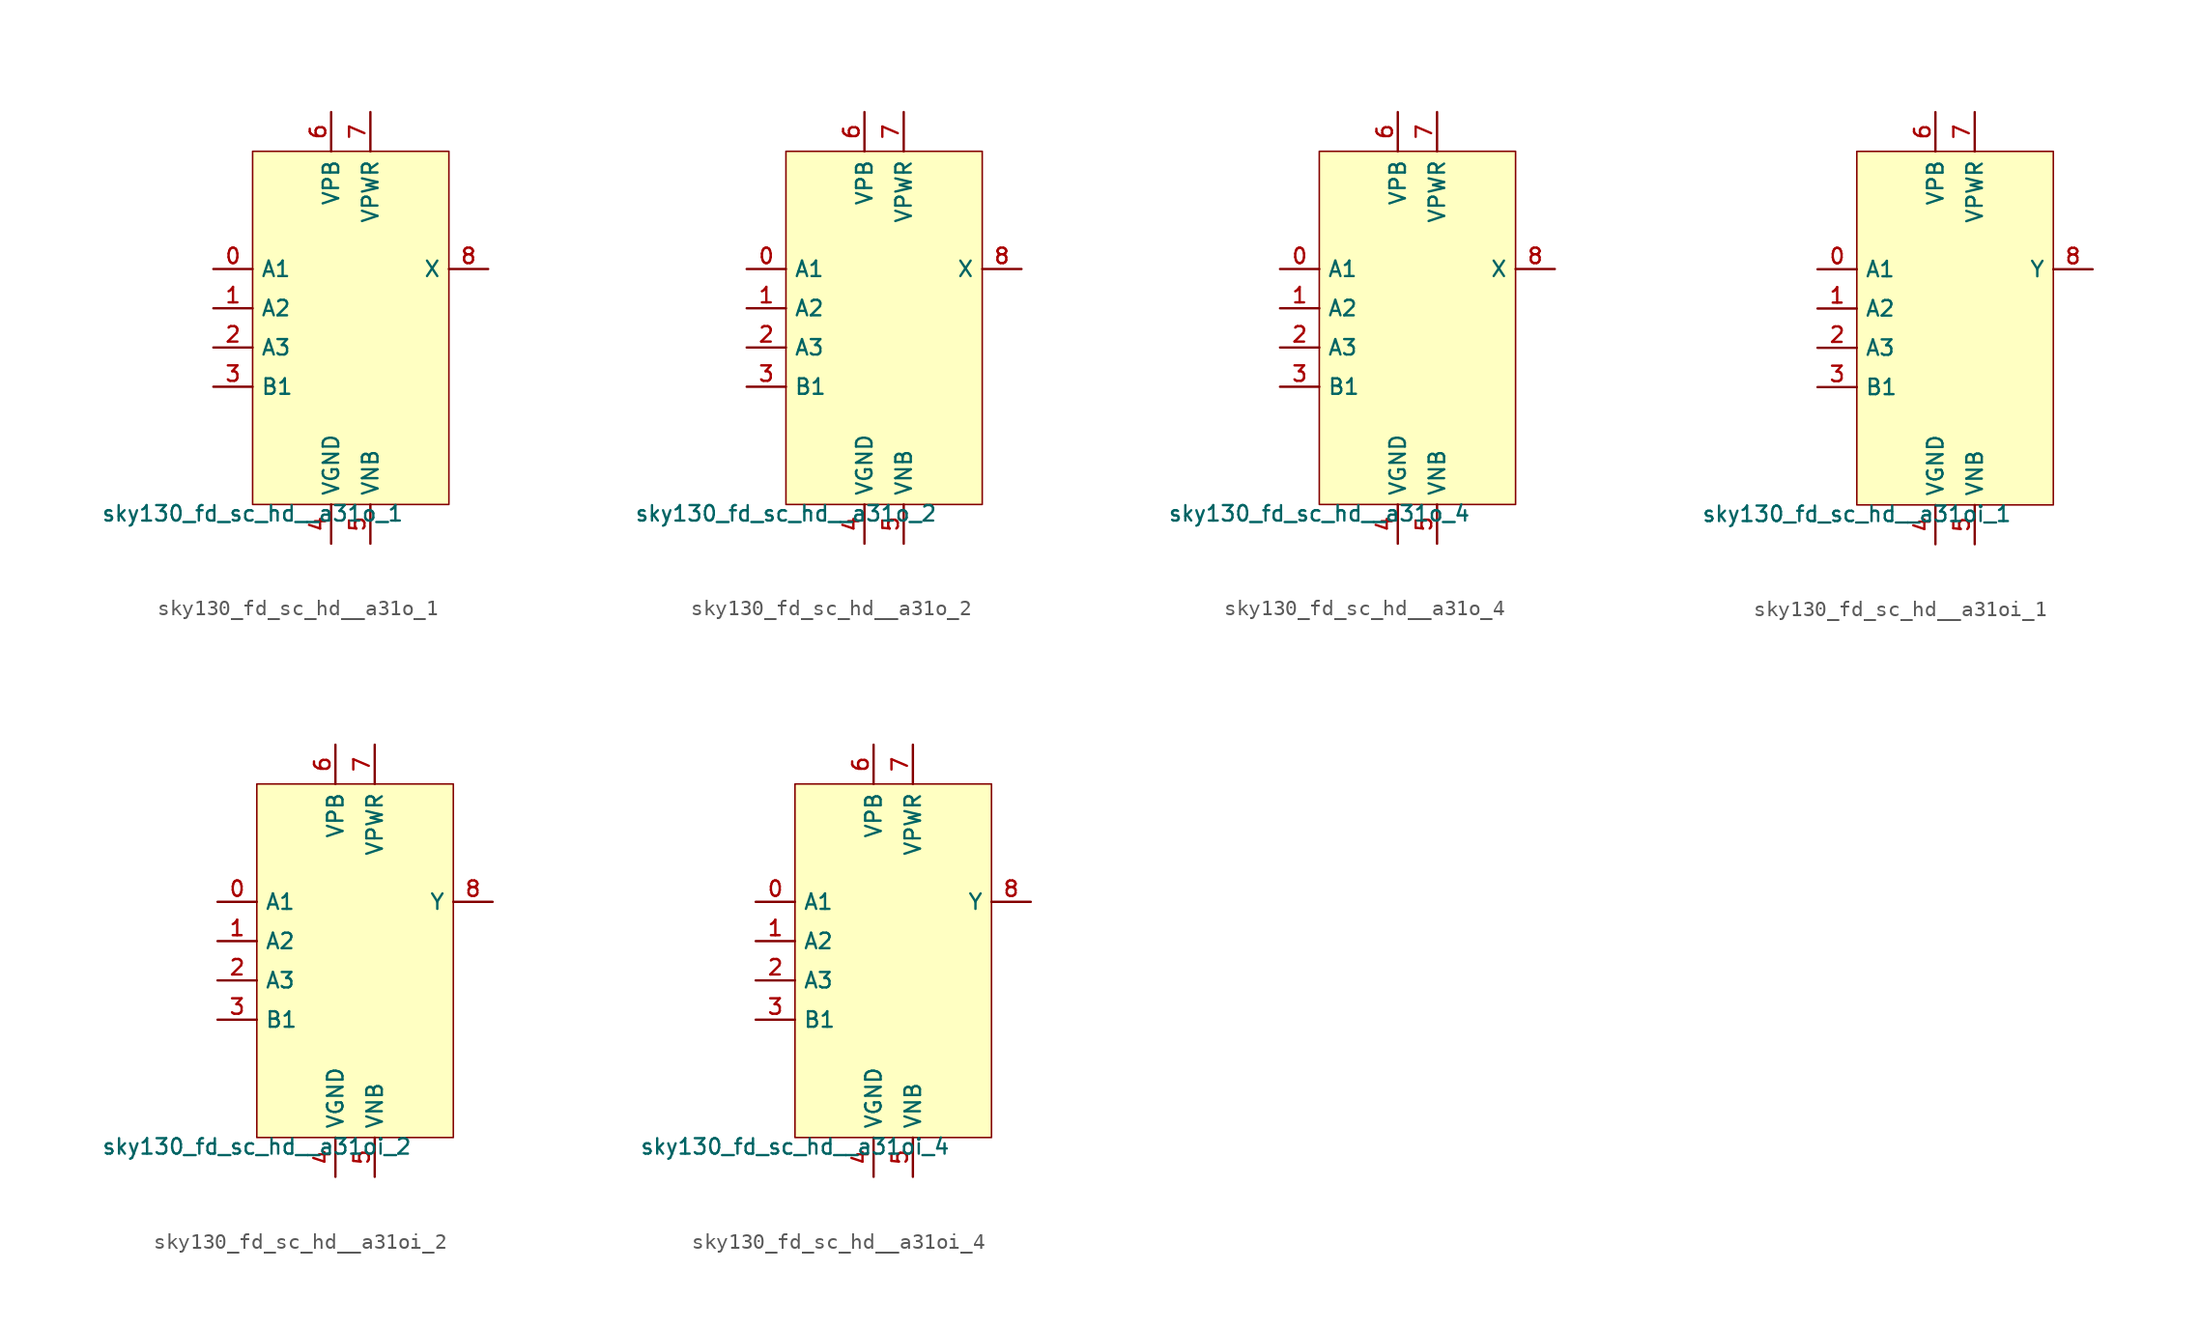
<source format=kicad_sym>
(kicad_symbol_lib
  (version 20211014)
  (generator lef2kicad_sym)
  (symbol "sky130_fd_sc_hd__a31o_1"
    (property "Reference" "X"
      (at 0 0 0)
      (effects (font (size 1 1)) hide))
    (property "Value" "sky130_fd_sc_hd__a31o_1"
      (at -6.35 -11.43 0)
      (effects (font (size 1 1)) (justify top)))
    (rectangle
      (start -6.35 -11.43)
      (end 6.35 11.43)
      (stroke (width 0.1) (type solid) (color 0 0 0 0))
      (fill (type background)))
    (pin input line
      (at -8.89 3.81 0)
      (length 2.54)
      (name "A1" (effects (font (size 1 1)) hide))
      (number "0" (effects (font (size 1 1)) hide)))
    (pin input line
      (at -8.89 1.27 0)
      (length 2.54)
      (name "A2" (effects (font (size 1 1)) hide))
      (number "1" (effects (font (size 1 1)) hide)))
    (pin input line
      (at -8.89 -1.27 0)
      (length 2.54)
      (name "A3" (effects (font (size 1 1)) hide))
      (number "2" (effects (font (size 1 1)) hide)))
    (pin input line
      (at -8.89 -3.81 0)
      (length 2.54)
      (name "B1" (effects (font (size 1 1)) hide))
      (number "3" (effects (font (size 1 1)) hide)))
    (pin power_in line
      (at -1.27 -13.97 90)
      (length 2.54)
      (name "VGND" (effects (font (size 1 1)) hide))
      (number "4" (effects (font (size 1 1)) hide)))
    (pin power_in line
      (at 1.27 -13.97 90)
      (length 2.54)
      (name "VNB" (effects (font (size 1 1)) hide))
      (number "5" (effects (font (size 1 1)) hide)))
    (pin power_in line
      (at -1.27 13.97 270)
      (length 2.54)
      (name "VPB" (effects (font (size 1 1)) hide))
      (number "6" (effects (font (size 1 1)) hide)))
    (pin power_in line
      (at 1.27 13.97 270)
      (length 2.54)
      (name "VPWR" (effects (font (size 1 1)) hide))
      (number "7" (effects (font (size 1 1)) hide)))
    (pin output line
      (at 8.89 3.81 180)
      (length 2.54)
      (name "X" (effects (font (size 1 1)) hide))
      (number "8" (effects (font (size 1 1)) hide))))
  (symbol "sky130_fd_sc_hd__a31o_2"
    (property "Reference" "X"
      (at 0 0 0)
      (effects (font (size 1 1)) hide))
    (property "Value" "sky130_fd_sc_hd__a31o_2"
      (at -6.35 -11.43 0)
      (effects (font (size 1 1)) (justify top)))
    (rectangle
      (start -6.35 -11.43)
      (end 6.35 11.43)
      (stroke (width 0.1) (type solid) (color 0 0 0 0))
      (fill (type background)))
    (pin input line
      (at -8.89 3.81 0)
      (length 2.54)
      (name "A1" (effects (font (size 1 1)) hide))
      (number "0" (effects (font (size 1 1)) hide)))
    (pin input line
      (at -8.89 1.27 0)
      (length 2.54)
      (name "A2" (effects (font (size 1 1)) hide))
      (number "1" (effects (font (size 1 1)) hide)))
    (pin input line
      (at -8.89 -1.27 0)
      (length 2.54)
      (name "A3" (effects (font (size 1 1)) hide))
      (number "2" (effects (font (size 1 1)) hide)))
    (pin input line
      (at -8.89 -3.81 0)
      (length 2.54)
      (name "B1" (effects (font (size 1 1)) hide))
      (number "3" (effects (font (size 1 1)) hide)))
    (pin power_in line
      (at -1.27 -13.97 90)
      (length 2.54)
      (name "VGND" (effects (font (size 1 1)) hide))
      (number "4" (effects (font (size 1 1)) hide)))
    (pin power_in line
      (at 1.27 -13.97 90)
      (length 2.54)
      (name "VNB" (effects (font (size 1 1)) hide))
      (number "5" (effects (font (size 1 1)) hide)))
    (pin power_in line
      (at -1.27 13.97 270)
      (length 2.54)
      (name "VPB" (effects (font (size 1 1)) hide))
      (number "6" (effects (font (size 1 1)) hide)))
    (pin power_in line
      (at 1.27 13.97 270)
      (length 2.54)
      (name "VPWR" (effects (font (size 1 1)) hide))
      (number "7" (effects (font (size 1 1)) hide)))
    (pin output line
      (at 8.89 3.81 180)
      (length 2.54)
      (name "X" (effects (font (size 1 1)) hide))
      (number "8" (effects (font (size 1 1)) hide))))
  (symbol "sky130_fd_sc_hd__a31o_4"
    (property "Reference" "X"
      (at 0 0 0)
      (effects (font (size 1 1)) hide))
    (property "Value" "sky130_fd_sc_hd__a31o_4"
      (at -6.35 -11.43 0)
      (effects (font (size 1 1)) (justify top)))
    (rectangle
      (start -6.35 -11.43)
      (end 6.35 11.43)
      (stroke (width 0.1) (type solid) (color 0 0 0 0))
      (fill (type background)))
    (pin input line
      (at -8.89 3.81 0)
      (length 2.54)
      (name "A1" (effects (font (size 1 1)) hide))
      (number "0" (effects (font (size 1 1)) hide)))
    (pin input line
      (at -8.89 1.27 0)
      (length 2.54)
      (name "A2" (effects (font (size 1 1)) hide))
      (number "1" (effects (font (size 1 1)) hide)))
    (pin input line
      (at -8.89 -1.27 0)
      (length 2.54)
      (name "A3" (effects (font (size 1 1)) hide))
      (number "2" (effects (font (size 1 1)) hide)))
    (pin input line
      (at -8.89 -3.81 0)
      (length 2.54)
      (name "B1" (effects (font (size 1 1)) hide))
      (number "3" (effects (font (size 1 1)) hide)))
    (pin power_in line
      (at -1.27 -13.97 90)
      (length 2.54)
      (name "VGND" (effects (font (size 1 1)) hide))
      (number "4" (effects (font (size 1 1)) hide)))
    (pin power_in line
      (at 1.27 -13.97 90)
      (length 2.54)
      (name "VNB" (effects (font (size 1 1)) hide))
      (number "5" (effects (font (size 1 1)) hide)))
    (pin power_in line
      (at -1.27 13.97 270)
      (length 2.54)
      (name "VPB" (effects (font (size 1 1)) hide))
      (number "6" (effects (font (size 1 1)) hide)))
    (pin power_in line
      (at 1.27 13.97 270)
      (length 2.54)
      (name "VPWR" (effects (font (size 1 1)) hide))
      (number "7" (effects (font (size 1 1)) hide)))
    (pin output line
      (at 8.89 3.81 180)
      (length 2.54)
      (name "X" (effects (font (size 1 1)) hide))
      (number "8" (effects (font (size 1 1)) hide))))
  (symbol "sky130_fd_sc_hd__a31oi_1"
    (property "Reference" "X"
      (at 0 0 0)
      (effects (font (size 1 1)) hide))
    (property "Value" "sky130_fd_sc_hd__a31oi_1"
      (at -6.35 -11.43 0)
      (effects (font (size 1 1)) (justify top)))
    (rectangle
      (start -6.35 -11.43)
      (end 6.35 11.43)
      (stroke (width 0.1) (type solid) (color 0 0 0 0))
      (fill (type background)))
    (pin input line
      (at -8.89 3.81 0)
      (length 2.54)
      (name "A1" (effects (font (size 1 1)) hide))
      (number "0" (effects (font (size 1 1)) hide)))
    (pin input line
      (at -8.89 1.27 0)
      (length 2.54)
      (name "A2" (effects (font (size 1 1)) hide))
      (number "1" (effects (font (size 1 1)) hide)))
    (pin input line
      (at -8.89 -1.27 0)
      (length 2.54)
      (name "A3" (effects (font (size 1 1)) hide))
      (number "2" (effects (font (size 1 1)) hide)))
    (pin input line
      (at -8.89 -3.81 0)
      (length 2.54)
      (name "B1" (effects (font (size 1 1)) hide))
      (number "3" (effects (font (size 1 1)) hide)))
    (pin power_in line
      (at -1.27 -13.97 90)
      (length 2.54)
      (name "VGND" (effects (font (size 1 1)) hide))
      (number "4" (effects (font (size 1 1)) hide)))
    (pin power_in line
      (at 1.27 -13.97 90)
      (length 2.54)
      (name "VNB" (effects (font (size 1 1)) hide))
      (number "5" (effects (font (size 1 1)) hide)))
    (pin power_in line
      (at -1.27 13.97 270)
      (length 2.54)
      (name "VPB" (effects (font (size 1 1)) hide))
      (number "6" (effects (font (size 1 1)) hide)))
    (pin power_in line
      (at 1.27 13.97 270)
      (length 2.54)
      (name "VPWR" (effects (font (size 1 1)) hide))
      (number "7" (effects (font (size 1 1)) hide)))
    (pin output line
      (at 8.89 3.81 180)
      (length 2.54)
      (name "Y" (effects (font (size 1 1)) hide))
      (number "8" (effects (font (size 1 1)) hide))))
  (symbol "sky130_fd_sc_hd__a31oi_2"
    (property "Reference" "X"
      (at 0 0 0)
      (effects (font (size 1 1)) hide))
    (property "Value" "sky130_fd_sc_hd__a31oi_2"
      (at -6.35 -11.43 0)
      (effects (font (size 1 1)) (justify top)))
    (rectangle
      (start -6.35 -11.43)
      (end 6.35 11.43)
      (stroke (width 0.1) (type solid) (color 0 0 0 0))
      (fill (type background)))
    (pin input line
      (at -8.89 3.81 0)
      (length 2.54)
      (name "A1" (effects (font (size 1 1)) hide))
      (number "0" (effects (font (size 1 1)) hide)))
    (pin input line
      (at -8.89 1.27 0)
      (length 2.54)
      (name "A2" (effects (font (size 1 1)) hide))
      (number "1" (effects (font (size 1 1)) hide)))
    (pin input line
      (at -8.89 -1.27 0)
      (length 2.54)
      (name "A3" (effects (font (size 1 1)) hide))
      (number "2" (effects (font (size 1 1)) hide)))
    (pin input line
      (at -8.89 -3.81 0)
      (length 2.54)
      (name "B1" (effects (font (size 1 1)) hide))
      (number "3" (effects (font (size 1 1)) hide)))
    (pin power_in line
      (at -1.27 -13.97 90)
      (length 2.54)
      (name "VGND" (effects (font (size 1 1)) hide))
      (number "4" (effects (font (size 1 1)) hide)))
    (pin power_in line
      (at 1.27 -13.97 90)
      (length 2.54)
      (name "VNB" (effects (font (size 1 1)) hide))
      (number "5" (effects (font (size 1 1)) hide)))
    (pin power_in line
      (at -1.27 13.97 270)
      (length 2.54)
      (name "VPB" (effects (font (size 1 1)) hide))
      (number "6" (effects (font (size 1 1)) hide)))
    (pin power_in line
      (at 1.27 13.97 270)
      (length 2.54)
      (name "VPWR" (effects (font (size 1 1)) hide))
      (number "7" (effects (font (size 1 1)) hide)))
    (pin output line
      (at 8.89 3.81 180)
      (length 2.54)
      (name "Y" (effects (font (size 1 1)) hide))
      (number "8" (effects (font (size 1 1)) hide))))
  (symbol "sky130_fd_sc_hd__a31oi_4"
    (property "Reference" "X"
      (at 0 0 0)
      (effects (font (size 1 1)) hide))
    (property "Value" "sky130_fd_sc_hd__a31oi_4"
      (at -6.35 -11.43 0)
      (effects (font (size 1 1)) (justify top)))
    (rectangle
      (start -6.35 -11.43)
      (end 6.35 11.43)
      (stroke (width 0.1) (type solid) (color 0 0 0 0))
      (fill (type background)))
    (pin input line
      (at -8.89 3.81 0)
      (length 2.54)
      (name "A1" (effects (font (size 1 1)) hide))
      (number "0" (effects (font (size 1 1)) hide)))
    (pin input line
      (at -8.89 1.27 0)
      (length 2.54)
      (name "A2" (effects (font (size 1 1)) hide))
      (number "1" (effects (font (size 1 1)) hide)))
    (pin input line
      (at -8.89 -1.27 0)
      (length 2.54)
      (name "A3" (effects (font (size 1 1)) hide))
      (number "2" (effects (font (size 1 1)) hide)))
    (pin input line
      (at -8.89 -3.81 0)
      (length 2.54)
      (name "B1" (effects (font (size 1 1)) hide))
      (number "3" (effects (font (size 1 1)) hide)))
    (pin power_in line
      (at -1.27 -13.97 90)
      (length 2.54)
      (name "VGND" (effects (font (size 1 1)) hide))
      (number "4" (effects (font (size 1 1)) hide)))
    (pin power_in line
      (at 1.27 -13.97 90)
      (length 2.54)
      (name "VNB" (effects (font (size 1 1)) hide))
      (number "5" (effects (font (size 1 1)) hide)))
    (pin power_in line
      (at -1.27 13.97 270)
      (length 2.54)
      (name "VPB" (effects (font (size 1 1)) hide))
      (number "6" (effects (font (size 1 1)) hide)))
    (pin power_in line
      (at 1.27 13.97 270)
      (length 2.54)
      (name "VPWR" (effects (font (size 1 1)) hide))
      (number "7" (effects (font (size 1 1)) hide)))
    (pin output line
      (at 8.89 3.81 180)
      (length 2.54)
      (name "Y" (effects (font (size 1 1)) hide))
      (number "8" (effects (font (size 1 1)) hide)))))
</source>
